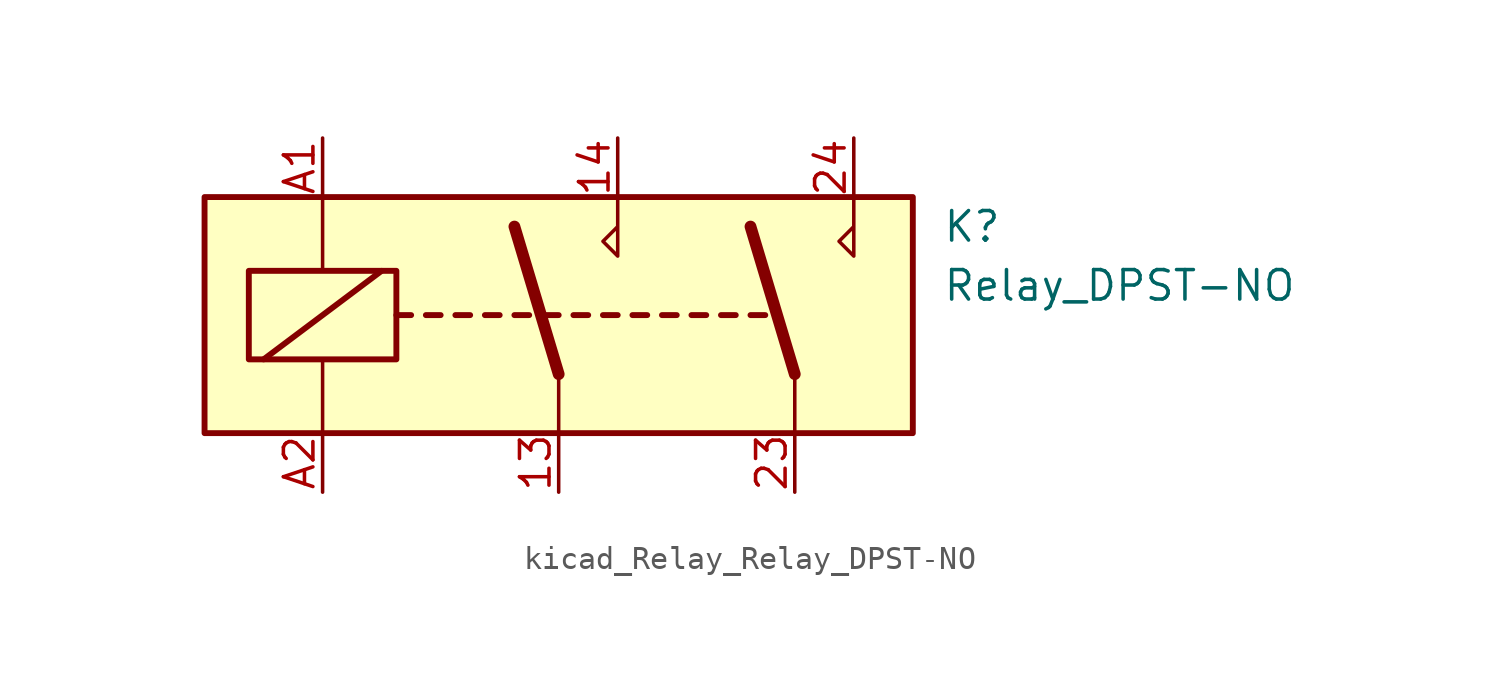
<source format=kicad_sym>
(kicad_symbol_lib
  (version 20220914)
  (generator kicad_symbol_editor)
  (symbol "kicad_Relay_Relay_DPST-NO"
    (property "Reference" "K"
      (at 16.51 3.81 0)
      (effects (font (size 1.27 1.27)) (justify left)))
    (property "Value" "Relay_DPST-NO"
      (at 16.51 1.27 0)
      (effects (font (size 1.27 1.27)) (justify left)))
    (symbol "kicad_Relay_Relay_DPST-NO_0_1"
      (rectangle (start -15.24 5.08) (end 15.24 -5.08) (stroke (width 0.254) (type default)) (fill (type background)))
      (rectangle (start -13.335 1.905) (end -6.985 -1.905) (stroke (width 0.254) (type default)) (fill (type none)))
      (polyline (pts (xy -12.7 -1.905) (xy -7.62 1.905)) (stroke (width 0.254) (type default)) (fill (type none)))
      (polyline (pts (xy -10.16 -5.08) (xy -10.16 -1.905)) (stroke (width 0) (type default)) (fill (type none)))
      (polyline (pts (xy -10.16 5.08) (xy -10.16 1.905)) (stroke (width 0) (type default)) (fill (type none)))
      (polyline (pts (xy -6.985 0) (xy -6.35 0)) (stroke (width 0.254) (type default)) (fill (type none)))
      (polyline (pts (xy -5.715 0) (xy -5.08 0)) (stroke (width 0.254) (type default)) (fill (type none)))
      (polyline (pts (xy -4.445 0) (xy -3.81 0)) (stroke (width 0.254) (type default)) (fill (type none)))
      (polyline (pts (xy -3.175 0) (xy -2.54 0)) (stroke (width 0.254) (type default)) (fill (type none)))
      (polyline (pts (xy -1.905 0) (xy -1.27 0)) (stroke (width 0.254) (type default)) (fill (type none)))
      (polyline (pts (xy -0.635 0) (xy 0 0)) (stroke (width 0.254) (type default)) (fill (type none)))
      (polyline (pts (xy 0 -2.54) (xy -1.905 3.81)) (stroke (width 0.508) (type default)) (fill (type none)))
      (polyline (pts (xy 0 -2.54) (xy 0 -5.08)) (stroke (width 0) (type default)) (fill (type none)))
      (polyline (pts (xy 0.635 0) (xy 1.27 0)) (stroke (width 0.254) (type default)) (fill (type none)))
      (polyline (pts (xy 1.905 0) (xy 2.54 0)) (stroke (width 0.254) (type default)) (fill (type none)))
      (polyline (pts (xy 3.175 0) (xy 3.81 0)) (stroke (width 0.254) (type default)) (fill (type none)))
      (polyline (pts (xy 4.445 0) (xy 5.08 0)) (stroke (width 0.254) (type default)) (fill (type none)))
      (polyline (pts (xy 5.715 0) (xy 6.35 0)) (stroke (width 0.254) (type default)) (fill (type none)))
      (polyline (pts (xy 6.985 0) (xy 7.62 0)) (stroke (width 0.254) (type default)) (fill (type none)))
      (polyline (pts (xy 8.255 0) (xy 8.89 0)) (stroke (width 0.254) (type default)) (fill (type none)))
      (polyline (pts (xy 10.16 -2.54) (xy 8.255 3.81)) (stroke (width 0.508) (type default)) (fill (type none)))
      (polyline (pts (xy 10.16 -2.54) (xy 10.16 -5.08)) (stroke (width 0) (type default)) (fill (type none)))
      (polyline (pts (xy 2.54 5.08) (xy 2.54 2.54) (xy 1.905 3.175) (xy 2.54 3.81)) (stroke (width 0) (type default)) (fill (type none)))
      (polyline (pts (xy 12.7 5.08) (xy 12.7 2.54) (xy 12.065 3.175) (xy 12.7 3.81)) (stroke (width 0) (type default)) (fill (type none))))
    (symbol "kicad_Relay_Relay_DPST-NO_1_1"
      (pin passive line (at 0 -7.62 90) (length 2.54) (name "~" (effects (font (size 1.27 1.27)))) (number "13" (effects (font (size 1.27 1.27)))))
      (pin passive line (at 2.54 7.62 270) (length 2.54) (name "~" (effects (font (size 1.27 1.27)))) (number "14" (effects (font (size 1.27 1.27)))))
      (pin passive line (at 10.16 -7.62 90) (length 2.54) (name "~" (effects (font (size 1.27 1.27)))) (number "23" (effects (font (size 1.27 1.27)))))
      (pin passive line (at 12.7 7.62 270) (length 2.54) (name "~" (effects (font (size 1.27 1.27)))) (number "24" (effects (font (size 1.27 1.27)))))
      (pin passive line (at -10.16 7.62 270) (length 2.54) (name "~" (effects (font (size 1.27 1.27)))) (number "A1" (effects (font (size 1.27 1.27)))))
      (pin passive line (at -10.16 -7.62 90) (length 2.54) (name "~" (effects (font (size 1.27 1.27)))) (number "A2" (effects (font (size 1.27 1.27))))))))
</source>
